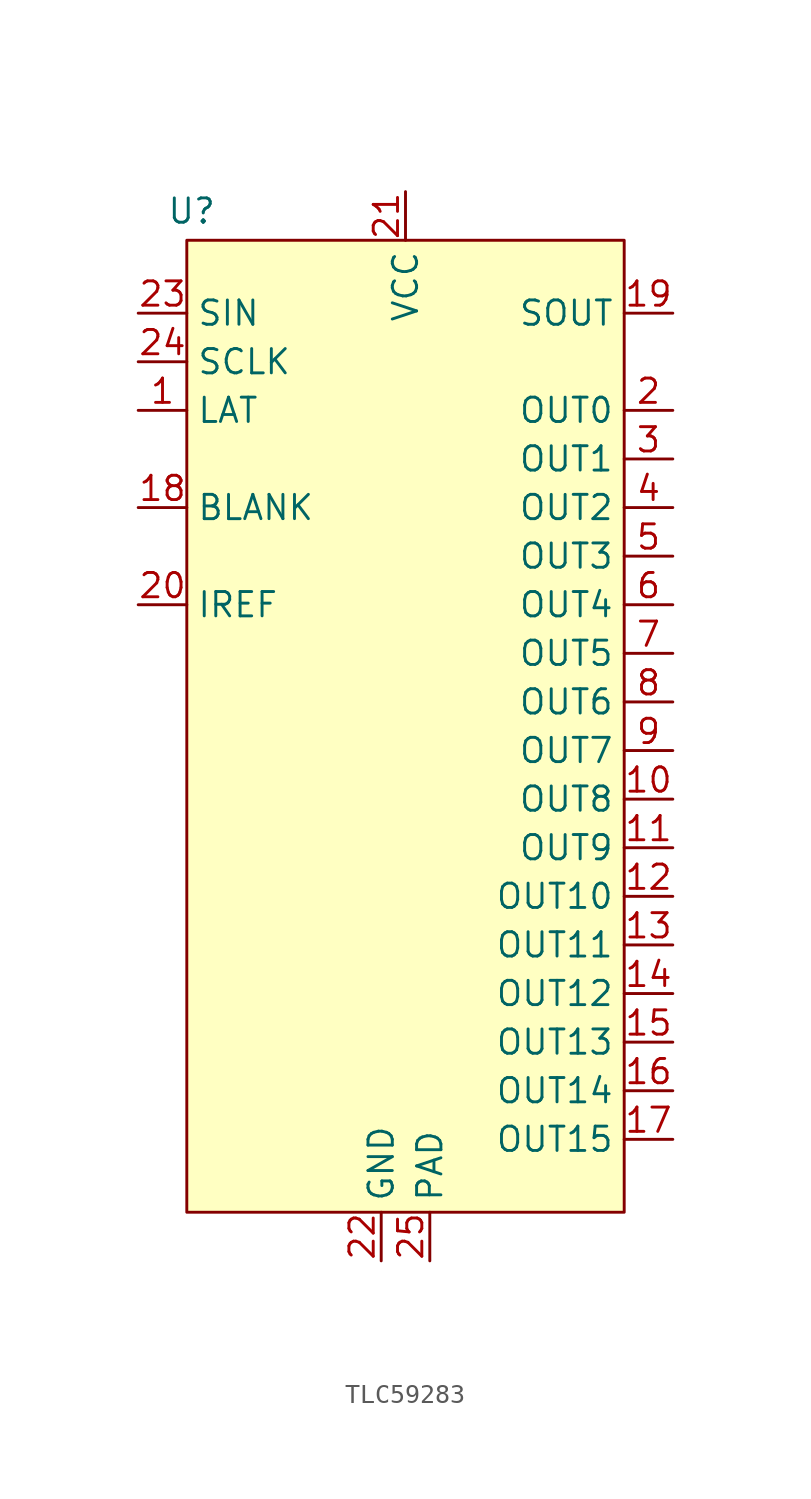
<source format=kicad_sym>
(kicad_symbol_lib
  (version 20241209)
  (generator "kicad_symbol_editor")
  (generator_version "9.0")
  (symbol "TLC59283"
    (property "Reference" "U"
      (at 2.794 10.414 0)
      (effects (font (size 1.27 1.27))))
    (property "Value" ""
      (at 0 0 0)
      (effects (font (size 1.27 1.27))))
    (symbol "TLC59283_1_1"
      (rectangle (start 2.54 8.89) (end 25.4 -41.91) (stroke (width 0) (type solid)) (fill (type background)))
      (pin input line (at 0 5.08 0) (length 2.54) (name "SIN" (effects (font (size 1.27 1.27)))) (number "23" (effects (font (size 1.27 1.27)))))
      (pin input line (at 0 2.54 0) (length 2.54) (name "SCLK" (effects (font (size 1.27 1.27)))) (number "24" (effects (font (size 1.27 1.27)))))
      (pin input line (at 0 0 0) (length 2.54) (name "LAT" (effects (font (size 1.27 1.27)))) (number "1" (effects (font (size 1.27 1.27)))))
      (pin input line (at 0 -5.08 0) (length 2.54) (name "BLANK" (effects (font (size 1.27 1.27)))) (number "18" (effects (font (size 1.27 1.27)))))
      (pin input line (at 0 -10.16 0) (length 2.54) (name "IREF" (effects (font (size 1.27 1.27)))) (number "20" (effects (font (size 1.27 1.27)))))
      (pin power_in line (at 12.7 -44.45 90) (length 2.54) (name "GND" (effects (font (size 1.27 1.27)))) (number "22" (effects (font (size 1.27 1.27)))))
      (pin power_in line (at 13.97 11.43 270) (length 2.54) (name "VCC" (effects (font (size 1.27 1.27)))) (number "21" (effects (font (size 1.27 1.27)))))
      (pin power_in line (at 15.24 -44.45 90) (length 2.54) (name "PAD" (effects (font (size 1.27 1.27)))) (number "25" (effects (font (size 1.27 1.27)))))
      (pin input line (at 27.94 5.08 180) (length 2.54) (name "SOUT" (effects (font (size 1.27 1.27)))) (number "19" (effects (font (size 1.27 1.27)))))
      (pin input line (at 27.94 0 180) (length 2.54) (name "OUT0" (effects (font (size 1.27 1.27)))) (number "2" (effects (font (size 1.27 1.27)))))
      (pin input line (at 27.94 -2.54 180) (length 2.54) (name "OUT1" (effects (font (size 1.27 1.27)))) (number "3" (effects (font (size 1.27 1.27)))))
      (pin input line (at 27.94 -5.08 180) (length 2.54) (name "OUT2" (effects (font (size 1.27 1.27)))) (number "4" (effects (font (size 1.27 1.27)))))
      (pin input line (at 27.94 -7.62 180) (length 2.54) (name "OUT3" (effects (font (size 1.27 1.27)))) (number "5" (effects (font (size 1.27 1.27)))))
      (pin input line (at 27.94 -10.16 180) (length 2.54) (name "OUT4" (effects (font (size 1.27 1.27)))) (number "6" (effects (font (size 1.27 1.27)))))
      (pin input line (at 27.94 -12.7 180) (length 2.54) (name "OUT5" (effects (font (size 1.27 1.27)))) (number "7" (effects (font (size 1.27 1.27)))))
      (pin input line (at 27.94 -15.24 180) (length 2.54) (name "OUT6" (effects (font (size 1.27 1.27)))) (number "8" (effects (font (size 1.27 1.27)))))
      (pin input line (at 27.94 -17.78 180) (length 2.54) (name "OUT7" (effects (font (size 1.27 1.27)))) (number "9" (effects (font (size 1.27 1.27)))))
      (pin input line (at 27.94 -20.32 180) (length 2.54) (name "OUT8" (effects (font (size 1.27 1.27)))) (number "10" (effects (font (size 1.27 1.27)))))
      (pin input line (at 27.94 -22.86 180) (length 2.54) (name "OUT9" (effects (font (size 1.27 1.27)))) (number "11" (effects (font (size 1.27 1.27)))))
      (pin input line (at 27.94 -25.4 180) (length 2.54) (name "OUT10" (effects (font (size 1.27 1.27)))) (number "12" (effects (font (size 1.27 1.27)))))
      (pin input line (at 27.94 -27.94 180) (length 2.54) (name "OUT11" (effects (font (size 1.27 1.27)))) (number "13" (effects (font (size 1.27 1.27)))))
      (pin input line (at 27.94 -30.48 180) (length 2.54) (name "OUT12" (effects (font (size 1.27 1.27)))) (number "14" (effects (font (size 1.27 1.27)))))
      (pin input line (at 27.94 -33.02 180) (length 2.54) (name "OUT13" (effects (font (size 1.27 1.27)))) (number "15" (effects (font (size 1.27 1.27)))))
      (pin input line (at 27.94 -35.56 180) (length 2.54) (name "OUT14" (effects (font (size 1.27 1.27)))) (number "16" (effects (font (size 1.27 1.27)))))
      (pin input line (at 27.94 -38.1 180) (length 2.54) (name "OUT15" (effects (font (size 1.27 1.27)))) (number "17" (effects (font (size 1.27 1.27))))))))
</source>
